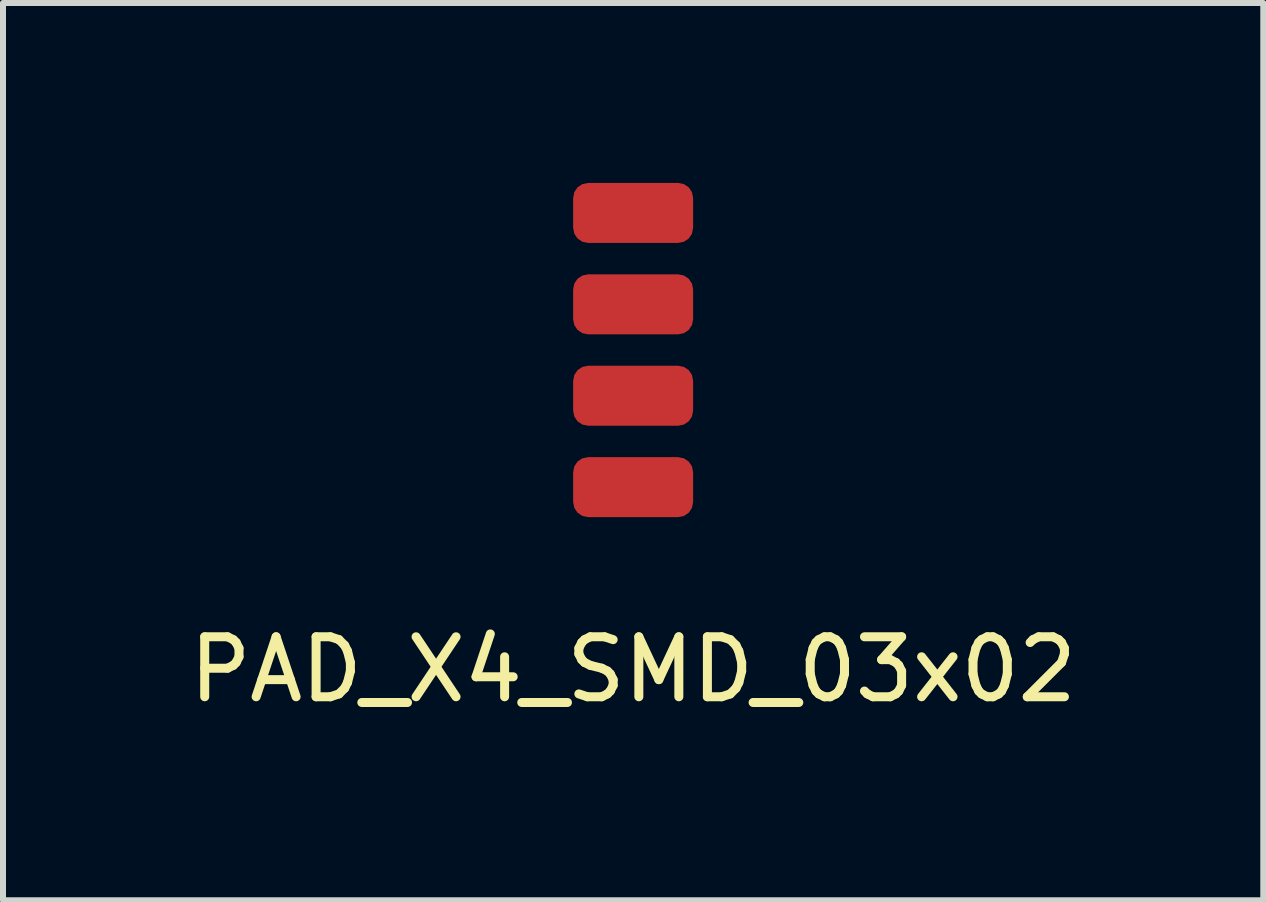
<source format=kicad_pcb>
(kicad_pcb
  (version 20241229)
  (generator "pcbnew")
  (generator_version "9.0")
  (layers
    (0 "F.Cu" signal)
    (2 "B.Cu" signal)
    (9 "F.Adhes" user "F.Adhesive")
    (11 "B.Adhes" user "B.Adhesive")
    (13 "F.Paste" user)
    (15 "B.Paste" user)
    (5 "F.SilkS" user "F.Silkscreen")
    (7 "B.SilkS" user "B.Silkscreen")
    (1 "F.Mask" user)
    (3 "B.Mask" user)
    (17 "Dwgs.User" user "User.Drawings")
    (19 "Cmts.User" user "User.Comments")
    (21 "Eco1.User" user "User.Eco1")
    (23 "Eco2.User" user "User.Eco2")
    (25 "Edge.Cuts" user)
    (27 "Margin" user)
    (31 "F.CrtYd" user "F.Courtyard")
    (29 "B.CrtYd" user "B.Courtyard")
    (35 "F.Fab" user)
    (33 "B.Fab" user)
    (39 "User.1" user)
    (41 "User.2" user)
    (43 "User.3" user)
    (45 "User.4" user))
  (footprint "PAD_X4_SMD_03x02"
    (layer "F.Cu")
    (at 7.506 7.612)
    (property "Reference" "PAD_X4_SMD_03x02" (at 0 0.5 0) (layer "F.SilkS") (effects (font (size 1 1) (thickness 0.15))))
    (attr through_hole)
    (pad "1" smd roundrect (at 0 -2.54) (size 2 1) (layers "F.Cu" "F.Mask" "F.Paste") (roundrect_rratio 0.25))
    (pad "2" smd roundrect (at 0 -4.064) (size 2 1) (layers "F.Cu" "F.Mask" "F.Paste") (roundrect_rratio 0.25))
    (pad "3" smd roundrect (at 0 -5.588) (size 2 1) (layers "F.Cu" "F.Mask" "F.Paste") (roundrect_rratio 0.25))
    (pad "4" smd roundrect (at 0 -7.112) (size 2 1) (layers "F.Cu" "F.Mask" "F.Paste") (roundrect_rratio 0.25)))
  (gr_rect
    (start -3 -3)
    (end 18.012 11.96)
    (stroke (width 0.1) (type default))
    (fill no)
    (layer "Edge.Cuts")))
</source>
